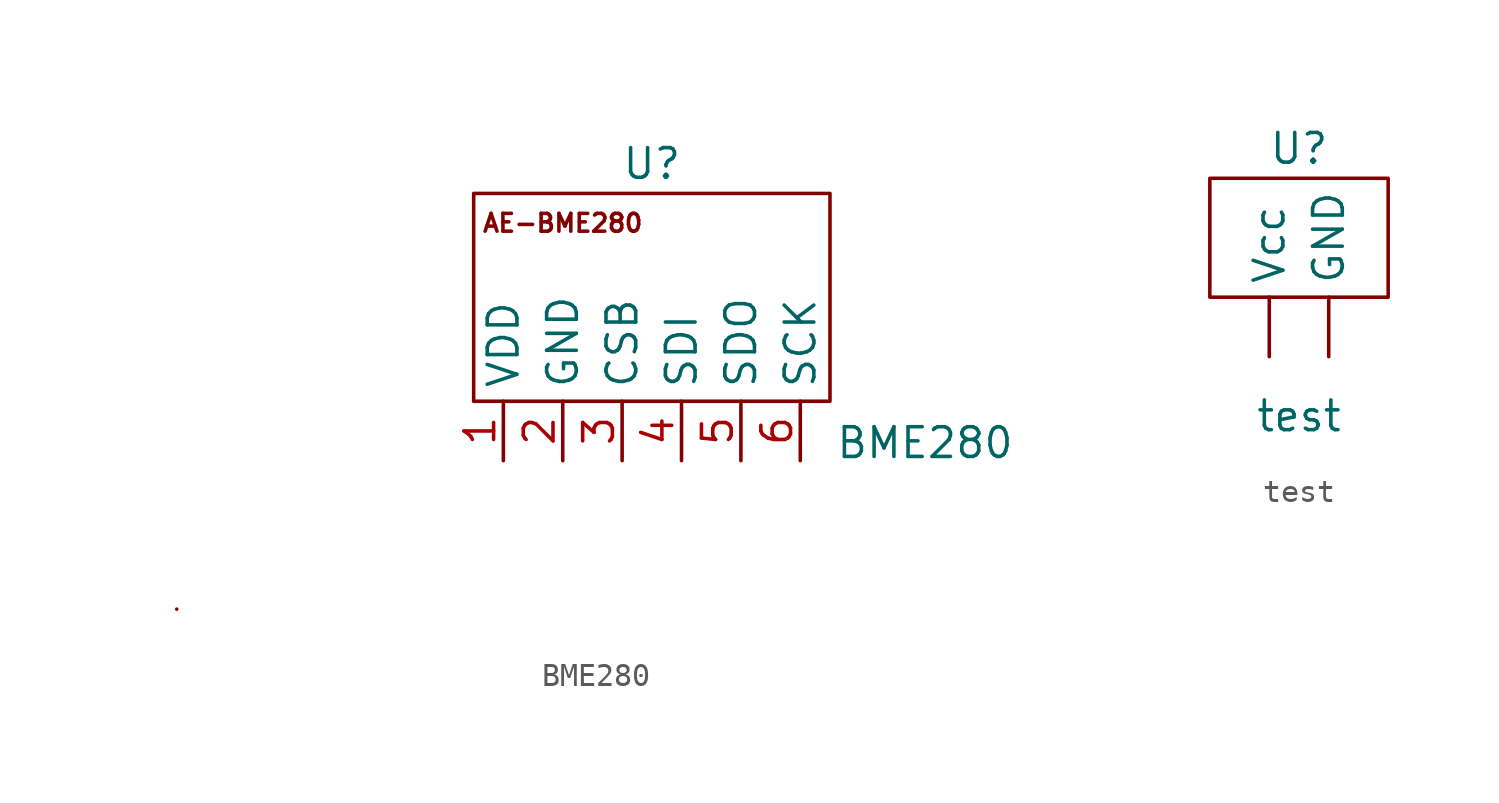
<source format=kicad_sym>
(kicad_symbol_lib
  (version 20231120)
  (generator "kicad_symbol_editor")
  (generator_version "8.0")
  (symbol "BME280"
    (property "Reference" "U"
      (at 0 6.35 0)
      (effects (font (size 1.27 1.27))))
    (property "Value" "BME280"
      (at 11.684 -5.588 0)
      (effects (font (size 1.27 1.27))))
    (symbol "BME280_0_0"
      (text "AE-BME280" (at -3.81 3.81 0) (effects (font (size 0.762 0.762)))))
    (symbol "BME280_0_1"
      (rectangle (start -20.32 -12.7) (end -20.32 -12.7) (stroke (width 0) (type default)) (fill (type none)))
      (rectangle (start -7.62 5.08) (end 7.62 -3.81) (stroke (width 0) (type default)) (fill (type none))))
    (symbol "BME280_1_1"
      (pin passive line (at -6.35 -6.35 90) (length 2.54) (name "VDD" (effects (font (size 1.27 1.27)))) (number "1" (effects (font (size 1.27 1.27)))))
      (pin passive line (at -3.81 -6.35 90) (length 2.54) (name "GND" (effects (font (size 1.27 1.27)))) (number "2" (effects (font (size 1.27 1.27)))))
      (pin passive line (at -1.27 -6.35 90) (length 2.54) (name "CSB" (effects (font (size 1.27 1.27)))) (number "3" (effects (font (size 1.27 1.27)))))
      (pin passive line (at 1.27 -6.35 90) (length 2.54) (name "SDI" (effects (font (size 1.27 1.27)))) (number "4" (effects (font (size 1.27 1.27)))))
      (pin passive line (at 3.81 -6.35 90) (length 2.54) (name "SDO" (effects (font (size 1.27 1.27)))) (number "5" (effects (font (size 1.27 1.27)))))
      (pin passive line (at 6.35 -6.35 90) (length 2.54) (name "SCK" (effects (font (size 1.27 1.27)))) (number "6" (effects (font (size 1.27 1.27)))))))
  (symbol "test"
    (property "Reference" "U"
      (at 0 6.35 0)
      (effects (font (size 1.27 1.27))))
    (property "Value" "test"
      (at 0 -5.08 0)
      (effects (font (size 1.27 1.27))))
    (symbol "test_0_1"
      (rectangle (start -3.81 5.08) (end 3.81 0) (stroke (width 0) (type default)) (fill (type none))))
    (symbol "test_1_1"
      (pin passive line (at 1.27 -2.54 90) (length 2.54) (name "GND" (effects (font (size 1.27 1.27)))) (number "" (effects (font (size 1.27 1.27)))))
      (pin passive line (at -1.27 -2.54 90) (length 2.54) (name "Vcc" (effects (font (size 1.27 1.27)))) (number "" (effects (font (size 1.27 1.27))))))))
</source>
